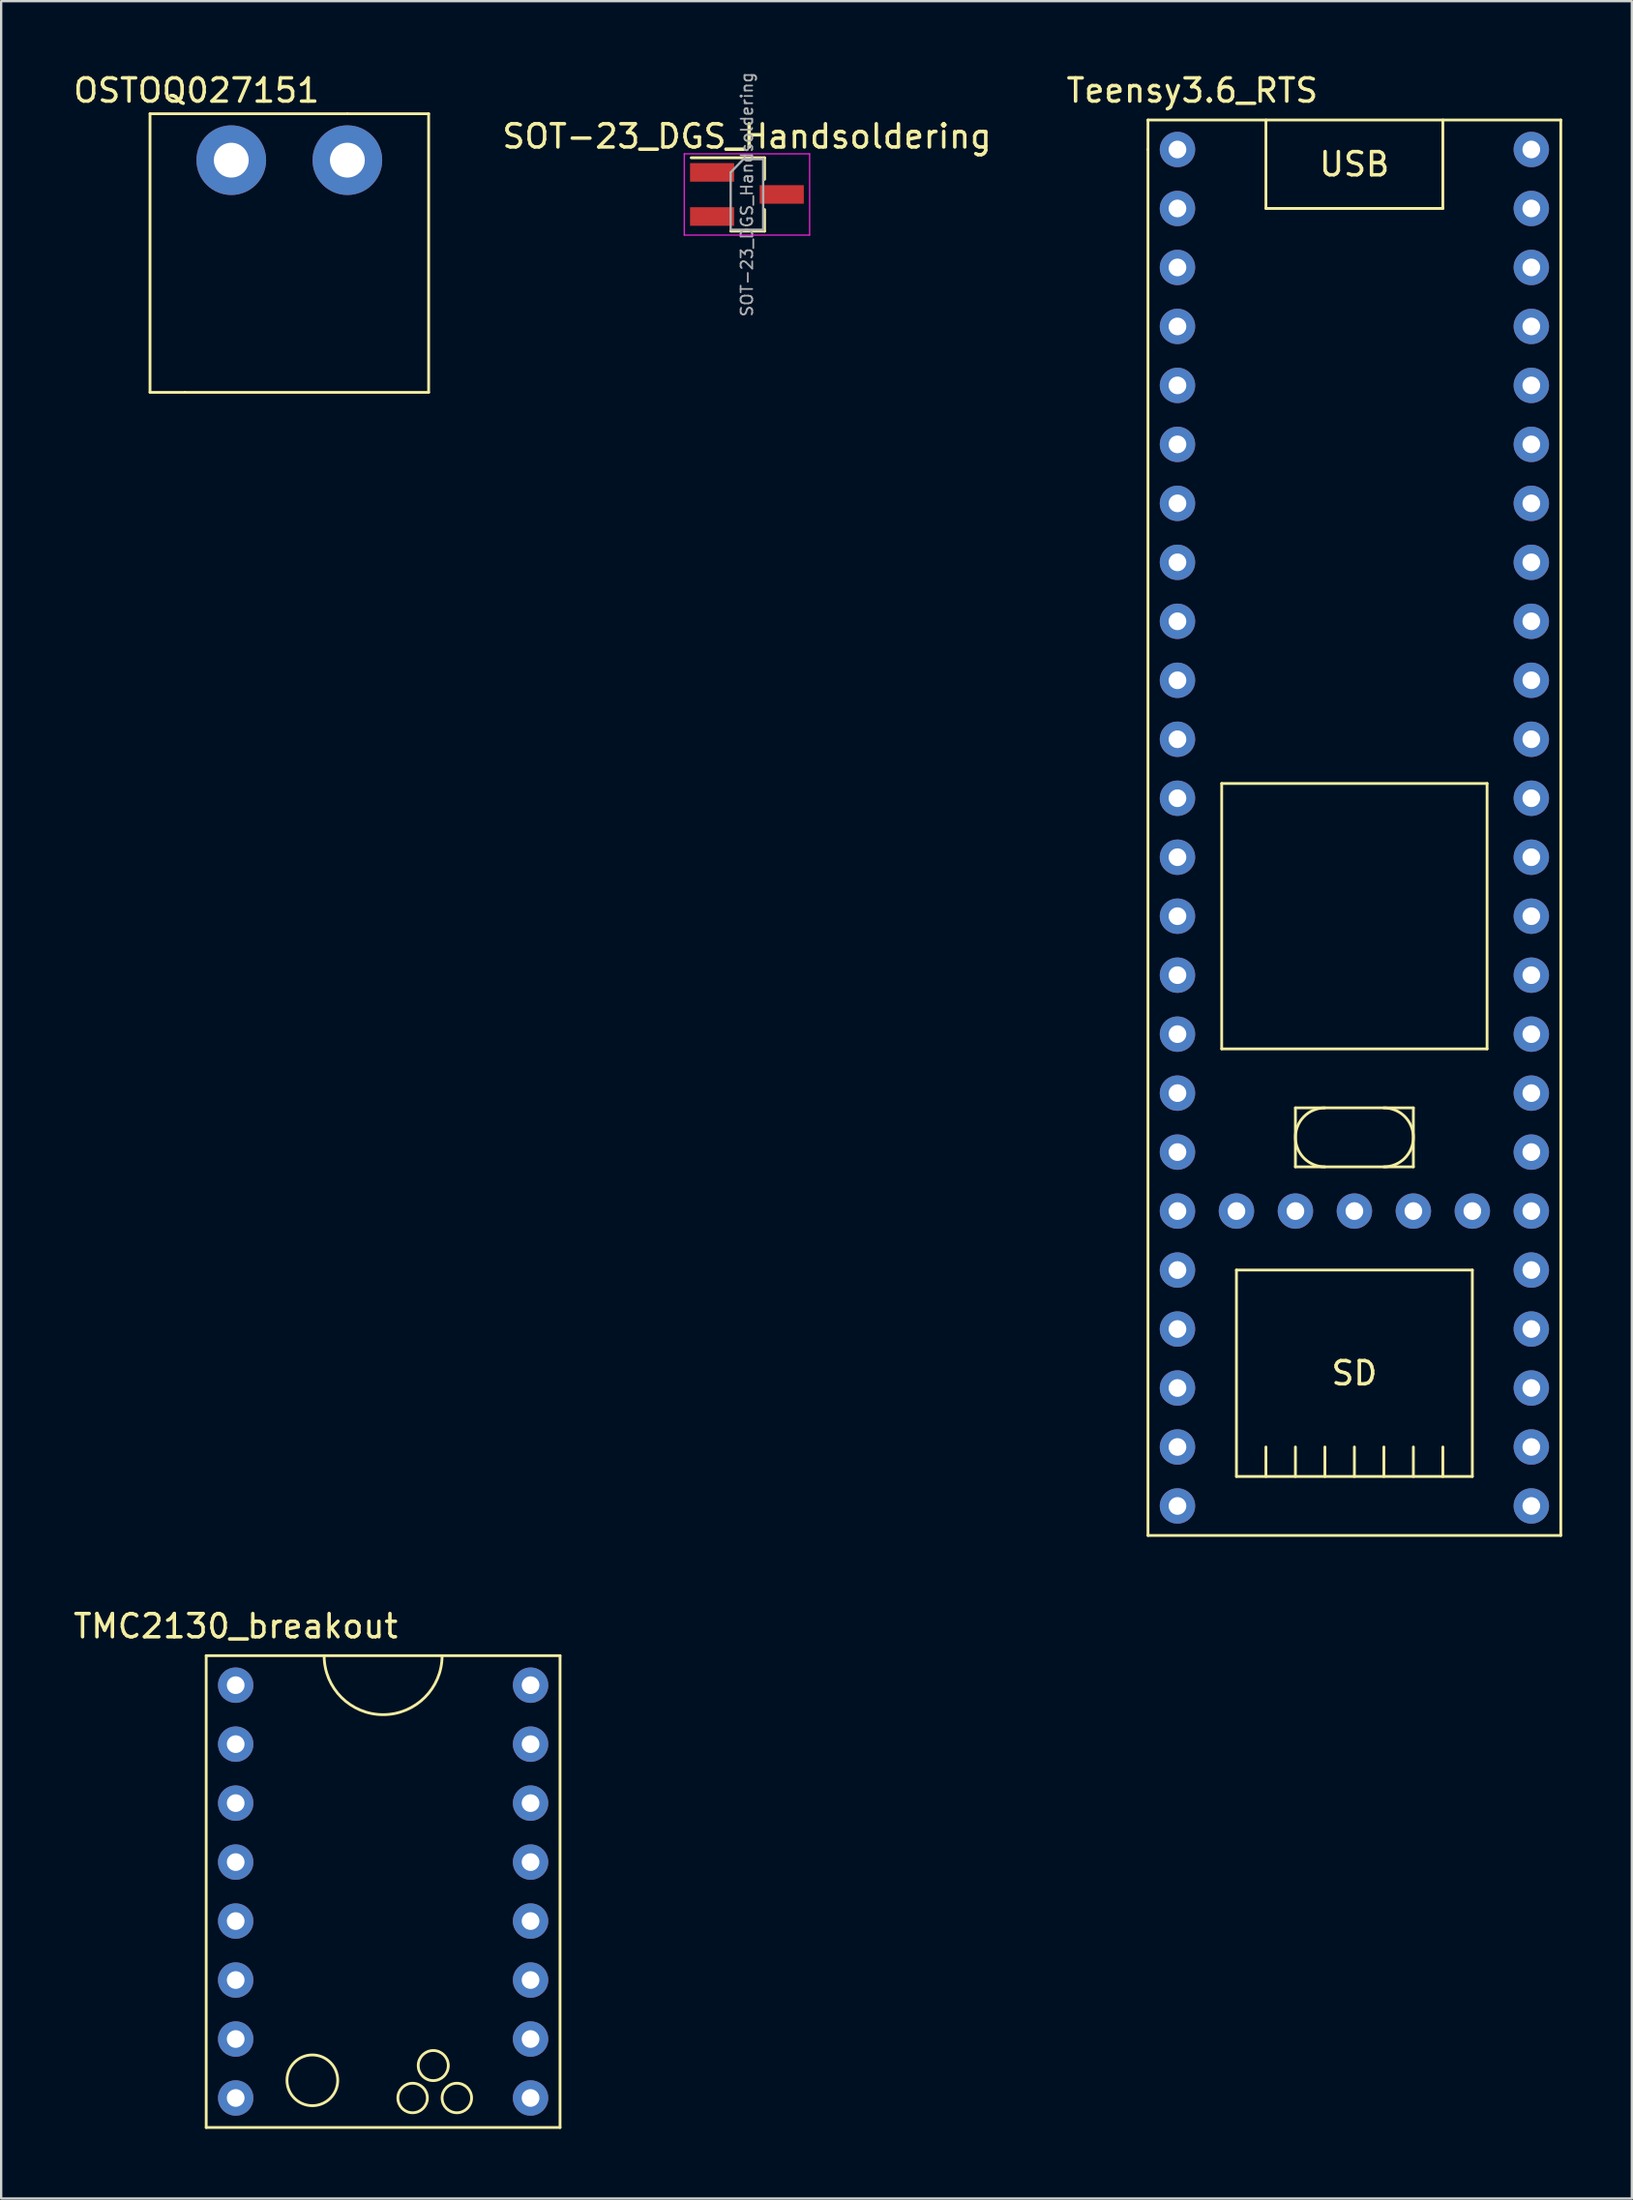
<source format=kicad_pcb>
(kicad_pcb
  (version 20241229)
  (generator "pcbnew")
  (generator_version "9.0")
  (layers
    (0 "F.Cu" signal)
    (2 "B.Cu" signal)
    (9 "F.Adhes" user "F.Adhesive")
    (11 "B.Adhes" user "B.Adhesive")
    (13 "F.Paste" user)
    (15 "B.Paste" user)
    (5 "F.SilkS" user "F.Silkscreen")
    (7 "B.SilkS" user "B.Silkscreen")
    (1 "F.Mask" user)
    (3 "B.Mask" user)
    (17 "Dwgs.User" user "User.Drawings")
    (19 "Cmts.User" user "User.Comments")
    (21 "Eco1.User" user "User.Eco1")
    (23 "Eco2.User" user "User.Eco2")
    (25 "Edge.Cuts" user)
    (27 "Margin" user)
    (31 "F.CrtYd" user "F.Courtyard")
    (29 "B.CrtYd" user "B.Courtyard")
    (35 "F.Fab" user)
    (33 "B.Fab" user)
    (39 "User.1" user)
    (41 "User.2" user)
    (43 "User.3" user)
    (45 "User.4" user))
  (footprint "SOT-23_DGS_Handsoldering"
    (layer "F.Cu")
    (at 29.12 5.324)
    (property "Reference" "SOT-23_DGS_Handsoldering" (at 0 -2.5 0) (layer "F.SilkS") (effects (font (size 1 1) (thickness 0.15))))
    (attr smd)
    (fp_line (start 0.76 -1.58) (end -2.4 -1.58) (stroke (width 0.12) (type solid)) (layer "F.SilkS"))
    (fp_line (start 0.76 -1.58) (end 0.76 -0.65) (stroke (width 0.12) (type solid)) (layer "F.SilkS"))
    (fp_line (start 0.76 1.58) (end -0.7 1.58) (stroke (width 0.12) (type solid)) (layer "F.SilkS"))
    (fp_line (start 0.76 1.58) (end 0.76 0.65) (stroke (width 0.12) (type solid)) (layer "F.SilkS"))
    (fp_line (start -2.7 -1.75) (end 2.7 -1.75) (stroke (width 0.05) (type solid)) (layer "F.CrtYd"))
    (fp_line (start -2.7 1.75) (end -2.7 -1.75) (stroke (width 0.05) (type solid)) (layer "F.CrtYd"))
    (fp_line (start 2.7 -1.75) (end 2.7 1.75) (stroke (width 0.05) (type solid)) (layer "F.CrtYd"))
    (fp_line (start 2.7 1.75) (end -2.7 1.75) (stroke (width 0.05) (type solid)) (layer "F.CrtYd"))
    (fp_line (start -0.7 -0.95) (end -0.7 1.5) (stroke (width 0.1) (type solid)) (layer "F.Fab"))
    (fp_line (start -0.7 -0.95) (end -0.15 -1.52) (stroke (width 0.1) (type solid)) (layer "F.Fab"))
    (fp_line (start -0.7 1.52) (end 0.7 1.52) (stroke (width 0.1) (type solid)) (layer "F.Fab"))
    (fp_line (start -0.15 -1.52) (end 0.7 -1.52) (stroke (width 0.1) (type solid)) (layer "F.Fab"))
    (fp_line (start 0.7 -1.52) (end 0.7 1.52) (stroke (width 0.1) (type solid)) (layer "F.Fab"))
    (fp_text user "${REFERENCE}" (at 0 0 90) (layer "F.Fab") (effects (font (size 0.5 0.5) (thickness 0.075))))
    (pad "1" smd rect (at 1.5 0) (size 1.9 0.8) (layers "F.Cu" "F.Mask" "F.Paste"))
    (pad "2" smd rect (at -1.5 -0.95) (size 1.9 0.8) (layers "F.Cu" "F.Mask" "F.Paste"))
    (pad "3" smd rect (at -1.5 0.95) (size 1.9 0.8) (layers "F.Cu" "F.Mask" "F.Paste")))
  (footprint "Teensy3.6_RTS"
    (layer "F.Cu")
    (at 47.663 3.388)
    (property "Reference" "Teensy3.6_RTS" (at 0.635 -2.54 0) (layer "F.SilkS") (effects (font (size 1 1) (thickness 0.15))))
    (attr through_hole)
    (fp_line (start -1.27 -1.27) (end 16.51 -1.27) (stroke (width 0.12) (type solid)) (layer "F.SilkS"))
    (fp_line (start -1.27 0) (end -1.27 -1.27) (stroke (width 0.12) (type solid)) (layer "F.SilkS"))
    (fp_line (start -1.27 59.69) (end -1.27 0) (stroke (width 0.12) (type solid)) (layer "F.SilkS"))
    (fp_line (start 1.905 27.305) (end 1.905 38.735) (stroke (width 0.12) (type solid)) (layer "F.SilkS"))
    (fp_line (start 1.905 38.735) (end 13.335 38.735) (stroke (width 0.12) (type solid)) (layer "F.SilkS"))
    (fp_line (start 2.54 48.26) (end 12.7 48.26) (stroke (width 0.12) (type solid)) (layer "F.SilkS"))
    (fp_line (start 2.54 57.15) (end 2.54 48.26) (stroke (width 0.12) (type solid)) (layer "F.SilkS"))
    (fp_line (start 3.81 -1.27) (end 3.81 2.54) (stroke (width 0.12) (type solid)) (layer "F.SilkS"))
    (fp_line (start 3.81 2.54) (end 11.43 2.54) (stroke (width 0.12) (type solid)) (layer "F.SilkS"))
    (fp_line (start 3.81 57.15) (end 3.81 55.88) (stroke (width 0.12) (type solid)) (layer "F.SilkS"))
    (fp_line (start 5.08 41.275) (end 10.16 41.275) (stroke (width 0.12) (type solid)) (layer "F.SilkS"))
    (fp_line (start 5.08 43.815) (end 5.08 41.275) (stroke (width 0.12) (type solid)) (layer "F.SilkS"))
    (fp_line (start 5.08 57.15) (end 5.08 55.88) (stroke (width 0.12) (type solid)) (layer "F.SilkS"))
    (fp_line (start 6.35 57.15) (end 6.35 55.88) (stroke (width 0.12) (type solid)) (layer "F.SilkS"))
    (fp_line (start 7.62 57.15) (end 7.62 55.88) (stroke (width 0.12) (type solid)) (layer "F.SilkS"))
    (fp_line (start 8.89 57.15) (end 8.89 55.88) (stroke (width 0.12) (type solid)) (layer "F.SilkS"))
    (fp_line (start 10.16 41.275) (end 10.16 43.815) (stroke (width 0.12) (type solid)) (layer "F.SilkS"))
    (fp_line (start 10.16 43.815) (end 5.08 43.815) (stroke (width 0.12) (type solid)) (layer "F.SilkS"))
    (fp_line (start 10.16 57.15) (end 10.16 55.88) (stroke (width 0.12) (type solid)) (layer "F.SilkS"))
    (fp_line (start 11.43 2.54) (end 11.43 -1.27) (stroke (width 0.12) (type solid)) (layer "F.SilkS"))
    (fp_line (start 11.43 57.15) (end 11.43 55.88) (stroke (width 0.12) (type solid)) (layer "F.SilkS"))
    (fp_line (start 12.7 48.26) (end 12.7 57.15) (stroke (width 0.12) (type solid)) (layer "F.SilkS"))
    (fp_line (start 12.7 57.15) (end 2.54 57.15) (stroke (width 0.12) (type solid)) (layer "F.SilkS"))
    (fp_line (start 13.335 27.305) (end 1.905 27.305) (stroke (width 0.12) (type solid)) (layer "F.SilkS"))
    (fp_line (start 13.335 38.735) (end 13.335 27.305) (stroke (width 0.12) (type solid)) (layer "F.SilkS"))
    (fp_line (start 16.51 -1.27) (end 16.51 59.69) (stroke (width 0.12) (type solid)) (layer "F.SilkS"))
    (fp_line (start 16.51 59.69) (end -1.27 59.69) (stroke (width 0.12) (type solid)) (layer "F.SilkS"))
    (fp_arc (start 6.35 43.815) (mid 5.08 42.545) (end 6.35 41.275) (stroke (width 0.12) (type solid)) (layer "F.SilkS"))
    (fp_arc (start 8.89 41.275) (mid 10.16 42.545) (end 8.89 43.815) (stroke (width 0.12) (type solid)) (layer "F.SilkS"))
    (fp_text user "SD" (at 7.62 52.705 0) (layer "F.SilkS") (effects (font (size 1 1) (thickness 0.15))))
    (fp_text user "USB" (at 7.62 0.635 0) (layer "F.SilkS") (effects (font (size 1 1) (thickness 0.15))))
    (pad "1" thru_hole circle (at 0 0) (size 1.524 1.524) (drill 0.762) (layers "*.Cu" "*.Mask"))
    (pad "2" thru_hole circle (at 0 2.54) (size 1.524 1.524) (drill 0.762) (layers "*.Cu" "*.Mask"))
    (pad "3" thru_hole circle (at 0 5.08) (size 1.524 1.524) (drill 0.762) (layers "*.Cu" "*.Mask"))
    (pad "4" thru_hole circle (at 0 7.62) (size 1.524 1.524) (drill 0.762) (layers "*.Cu" "*.Mask"))
    (pad "5" thru_hole circle (at 0 10.16) (size 1.524 1.524) (drill 0.762) (layers "*.Cu" "*.Mask"))
    (pad "6" thru_hole circle (at 0 12.7) (size 1.524 1.524) (drill 0.762) (layers "*.Cu" "*.Mask"))
    (pad "7" thru_hole circle (at 0 15.24) (size 1.524 1.524) (drill 0.762) (layers "*.Cu" "*.Mask"))
    (pad "8" thru_hole circle (at 0 17.78) (size 1.524 1.524) (drill 0.762) (layers "*.Cu" "*.Mask"))
    (pad "9" thru_hole circle (at 0 20.32) (size 1.524 1.524) (drill 0.762) (layers "*.Cu" "*.Mask"))
    (pad "10" thru_hole circle (at 0 22.86) (size 1.524 1.524) (drill 0.762) (layers "*.Cu" "*.Mask"))
    (pad "11" thru_hole circle (at 0 25.4) (size 1.524 1.524) (drill 0.762) (layers "*.Cu" "*.Mask"))
    (pad "12" thru_hole circle (at 0 27.94) (size 1.524 1.524) (drill 0.762) (layers "*.Cu" "*.Mask"))
    (pad "13" thru_hole circle (at 0 30.48) (size 1.524 1.524) (drill 0.762) (layers "*.Cu" "*.Mask"))
    (pad "14" thru_hole circle (at 0 33.02) (size 1.524 1.524) (drill 0.762) (layers "*.Cu" "*.Mask"))
    (pad "15" thru_hole circle (at 0 35.56) (size 1.524 1.524) (drill 0.762) (layers "*.Cu" "*.Mask"))
    (pad "16" thru_hole circle (at 0 38.1) (size 1.524 1.524) (drill 0.762) (layers "*.Cu" "*.Mask"))
    (pad "17" thru_hole circle (at 0 40.64) (size 1.524 1.524) (drill 0.762) (layers "*.Cu" "*.Mask"))
    (pad "18" thru_hole circle (at 0 43.18) (size 1.524 1.524) (drill 0.762) (layers "*.Cu" "*.Mask"))
    (pad "19" thru_hole circle (at 0 45.72) (size 1.524 1.524) (drill 0.762) (layers "*.Cu" "*.Mask"))
    (pad "20" thru_hole circle (at 0 48.26) (size 1.524 1.524) (drill 0.762) (layers "*.Cu" "*.Mask"))
    (pad "21" thru_hole circle (at 0 50.8) (size 1.524 1.524) (drill 0.762) (layers "*.Cu" "*.Mask"))
    (pad "22" thru_hole circle (at 0 53.34) (size 1.524 1.524) (drill 0.762) (layers "*.Cu" "*.Mask"))
    (pad "23" thru_hole circle (at 0 55.88) (size 1.524 1.524) (drill 0.762) (layers "*.Cu" "*.Mask"))
    (pad "24" thru_hole circle (at 0 58.42) (size 1.524 1.524) (drill 0.762) (layers "*.Cu" "*.Mask"))
    (pad "25" thru_hole circle (at 15.24 58.42) (size 1.524 1.524) (drill 0.762) (layers "*.Cu" "*.Mask"))
    (pad "26" thru_hole circle (at 15.24 55.88) (size 1.524 1.524) (drill 0.762) (layers "*.Cu" "*.Mask"))
    (pad "27" thru_hole circle (at 15.24 53.34) (size 1.524 1.524) (drill 0.762) (layers "*.Cu" "*.Mask"))
    (pad "28" thru_hole circle (at 15.24 50.8) (size 1.524 1.524) (drill 0.762) (layers "*.Cu" "*.Mask"))
    (pad "29" thru_hole circle (at 15.24 48.26) (size 1.524 1.524) (drill 0.762) (layers "*.Cu" "*.Mask"))
    (pad "30" thru_hole circle (at 15.24 45.72) (size 1.524 1.524) (drill 0.762) (layers "*.Cu" "*.Mask"))
    (pad "31" thru_hole circle (at 15.24 43.18) (size 1.524 1.524) (drill 0.762) (layers "*.Cu" "*.Mask"))
    (pad "32" thru_hole circle (at 15.24 40.64) (size 1.524 1.524) (drill 0.762) (layers "*.Cu" "*.Mask"))
    (pad "33" thru_hole circle (at 15.24 38.1) (size 1.524 1.524) (drill 0.762) (layers "*.Cu" "*.Mask"))
    (pad "34" thru_hole circle (at 15.24 35.56) (size 1.524 1.524) (drill 0.762) (layers "*.Cu" "*.Mask"))
    (pad "35" thru_hole circle (at 15.24 33.02) (size 1.524 1.524) (drill 0.762) (layers "*.Cu" "*.Mask"))
    (pad "36" thru_hole circle (at 15.24 30.48) (size 1.524 1.524) (drill 0.762) (layers "*.Cu" "*.Mask"))
    (pad "37" thru_hole circle (at 15.24 27.94) (size 1.524 1.524) (drill 0.762) (layers "*.Cu" "*.Mask"))
    (pad "38" thru_hole circle (at 15.24 25.4) (size 1.524 1.524) (drill 0.762) (layers "*.Cu" "*.Mask"))
    (pad "39" thru_hole circle (at 15.24 22.86) (size 1.524 1.524) (drill 0.762) (layers "*.Cu" "*.Mask"))
    (pad "40" thru_hole circle (at 15.24 20.32) (size 1.524 1.524) (drill 0.762) (layers "*.Cu" "*.Mask"))
    (pad "41" thru_hole circle (at 15.24 17.78) (size 1.524 1.524) (drill 0.762) (layers "*.Cu" "*.Mask"))
    (pad "42" thru_hole circle (at 15.24 15.24) (size 1.524 1.524) (drill 0.762) (layers "*.Cu" "*.Mask"))
    (pad "43" thru_hole circle (at 15.24 12.7) (size 1.524 1.524) (drill 0.762) (layers "*.Cu" "*.Mask"))
    (pad "44" thru_hole circle (at 15.24 10.16) (size 1.524 1.524) (drill 0.762) (layers "*.Cu" "*.Mask"))
    (pad "45" thru_hole circle (at 15.24 7.62) (size 1.524 1.524) (drill 0.762) (layers "*.Cu" "*.Mask"))
    (pad "46" thru_hole circle (at 15.24 5.08) (size 1.524 1.524) (drill 0.762) (layers "*.Cu" "*.Mask"))
    (pad "47" thru_hole circle (at 15.24 2.54) (size 1.524 1.524) (drill 0.762) (layers "*.Cu" "*.Mask"))
    (pad "48" thru_hole circle (at 15.24 0) (size 1.524 1.524) (drill 0.762) (layers "*.Cu" "*.Mask"))
    (pad "49" thru_hole circle (at 2.54 45.72) (size 1.524 1.524) (drill 0.762) (layers "*.Cu" "*.Mask"))
    (pad "50" thru_hole circle (at 5.08 45.72) (size 1.524 1.524) (drill 0.762) (layers "*.Cu" "*.Mask"))
    (pad "51" thru_hole circle (at 7.62 45.72) (size 1.524 1.524) (drill 0.762) (layers "*.Cu" "*.Mask"))
    (pad "52" thru_hole circle (at 10.16 45.72) (size 1.524 1.524) (drill 0.762) (layers "*.Cu" "*.Mask"))
    (pad "53" thru_hole circle (at 12.7 45.72) (size 1.524 1.524) (drill 0.762) (layers "*.Cu" "*.Mask")))
  (footprint "OSTOQ027151"
    (layer "F.Cu")
    (at 6.911 3.848)
    (property "Reference" "OSTOQ027151" (at -1.5 -3 0) (layer "F.SilkS") (effects (font (size 1 1) (thickness 0.15))))
    (attr through_hole)
    (fp_line (start -3.5 -2) (end 5 -2) (stroke (width 0.12) (type solid)) (layer "F.SilkS"))
    (fp_line (start -3.5 10) (end -3.5 -2) (stroke (width 0.12) (type solid)) (layer "F.SilkS"))
    (fp_line (start -2 10) (end -3.5 10) (stroke (width 0.12) (type solid)) (layer "F.SilkS"))
    (fp_line (start 5 -2) (end 8.5 -2) (stroke (width 0.12) (type solid)) (layer "F.SilkS"))
    (fp_line (start 8.5 -2) (end 8.5 10) (stroke (width 0.12) (type solid)) (layer "F.SilkS"))
    (fp_line (start 8.5 10) (end -2 10) (stroke (width 0.12) (type solid)) (layer "F.SilkS"))
    (pad "1" thru_hole circle (at 0 0) (size 3 3) (drill 1.5) (layers "*.Cu" "*.Mask"))
    (pad "2" thru_hole circle (at 5 0) (size 3 3) (drill 1.5) (layers "*.Cu" "*.Mask")))
  (footprint "TMC2130_breakout"
    (layer "F.Cu")
    (at 7.101 69.526)
    (property "Reference" "TMC2130_breakout" (at 0 -2.54 0) (layer "F.SilkS") (effects (font (size 1 1) (thickness 0.15))))
    (attr through_hole)
    (fp_line (start -1.27 -1.27) (end 13.97 -1.27) (stroke (width 0.12) (type solid)) (layer "F.SilkS"))
    (fp_line (start -1.27 19.05) (end -1.27 -1.27) (stroke (width 0.12) (type solid)) (layer "F.SilkS"))
    (fp_line (start 13.97 -1.27) (end 13.97 19.05) (stroke (width 0.12) (type solid)) (layer "F.SilkS"))
    (fp_line (start 13.97 19.05) (end -1.27 19.05) (stroke (width 0.12) (type solid)) (layer "F.SilkS"))
    (fp_arc (start 8.89 -1.27) (mid 6.35 1.27) (end 3.81 -1.27) (stroke (width 0.12) (type solid)) (layer "F.SilkS"))
    (fp_circle (center 3.302 17.018) (end 4.191 17.653) (stroke (width 0.12) (type solid)) (fill no) (layer "F.SilkS"))
    (fp_circle (center 7.62 17.78) (end 8.255 17.78) (stroke (width 0.12) (type solid)) (fill no) (layer "F.SilkS"))
    (fp_circle (center 8.509 16.383) (end 8.636 17.018) (stroke (width 0.12) (type solid)) (fill no) (layer "F.SilkS"))
    (fp_circle (center 9.525 17.78) (end 8.89 17.78) (stroke (width 0.12) (type solid)) (fill no) (layer "F.SilkS"))
    (pad "1" thru_hole circle (at 0 0) (size 1.524 1.524) (drill 0.762) (layers "*.Cu" "*.Mask"))
    (pad "2" thru_hole circle (at 0 2.54) (size 1.524 1.524) (drill 0.762) (layers "*.Cu" "*.Mask"))
    (pad "3" thru_hole circle (at 0 5.08) (size 1.524 1.524) (drill 0.762) (layers "*.Cu" "*.Mask"))
    (pad "4" thru_hole circle (at 0 7.62) (size 1.524 1.524) (drill 0.762) (layers "*.Cu" "*.Mask"))
    (pad "5" thru_hole circle (at 0 10.16) (size 1.524 1.524) (drill 0.762) (layers "*.Cu" "*.Mask"))
    (pad "6" thru_hole circle (at 0 12.7) (size 1.524 1.524) (drill 0.762) (layers "*.Cu" "*.Mask"))
    (pad "7" thru_hole circle (at 0 15.24) (size 1.524 1.524) (drill 0.762) (layers "*.Cu" "*.Mask"))
    (pad "8" thru_hole circle (at 0 17.78) (size 1.524 1.524) (drill 0.762) (layers "*.Cu" "*.Mask"))
    (pad "9" thru_hole circle (at 12.7 17.78) (size 1.524 1.524) (drill 0.762) (layers "*.Cu" "*.Mask"))
    (pad "10" thru_hole circle (at 12.7 15.24) (size 1.524 1.524) (drill 0.762) (layers "*.Cu" "*.Mask"))
    (pad "11" thru_hole circle (at 12.7 12.7) (size 1.524 1.524) (drill 0.762) (layers "*.Cu" "*.Mask"))
    (pad "12" thru_hole circle (at 12.7 10.16) (size 1.524 1.524) (drill 0.762) (layers "*.Cu" "*.Mask"))
    (pad "13" thru_hole circle (at 12.7 7.62) (size 1.524 1.524) (drill 0.762) (layers "*.Cu" "*.Mask"))
    (pad "14" thru_hole circle (at 12.7 5.08) (size 1.524 1.524) (drill 0.762) (layers "*.Cu" "*.Mask"))
    (pad "15" thru_hole circle (at 12.7 2.54) (size 1.524 1.524) (drill 0.762) (layers "*.Cu" "*.Mask"))
    (pad "16" thru_hole circle (at 12.7 0) (size 1.524 1.524) (drill 0.762) (layers "*.Cu" "*.Mask")))
  (gr_rect
    (start -3 -3)
    (end 67.233 91.636)
    (stroke (width 0.1) (type default))
    (fill no)
    (layer "Edge.Cuts")))
</source>
